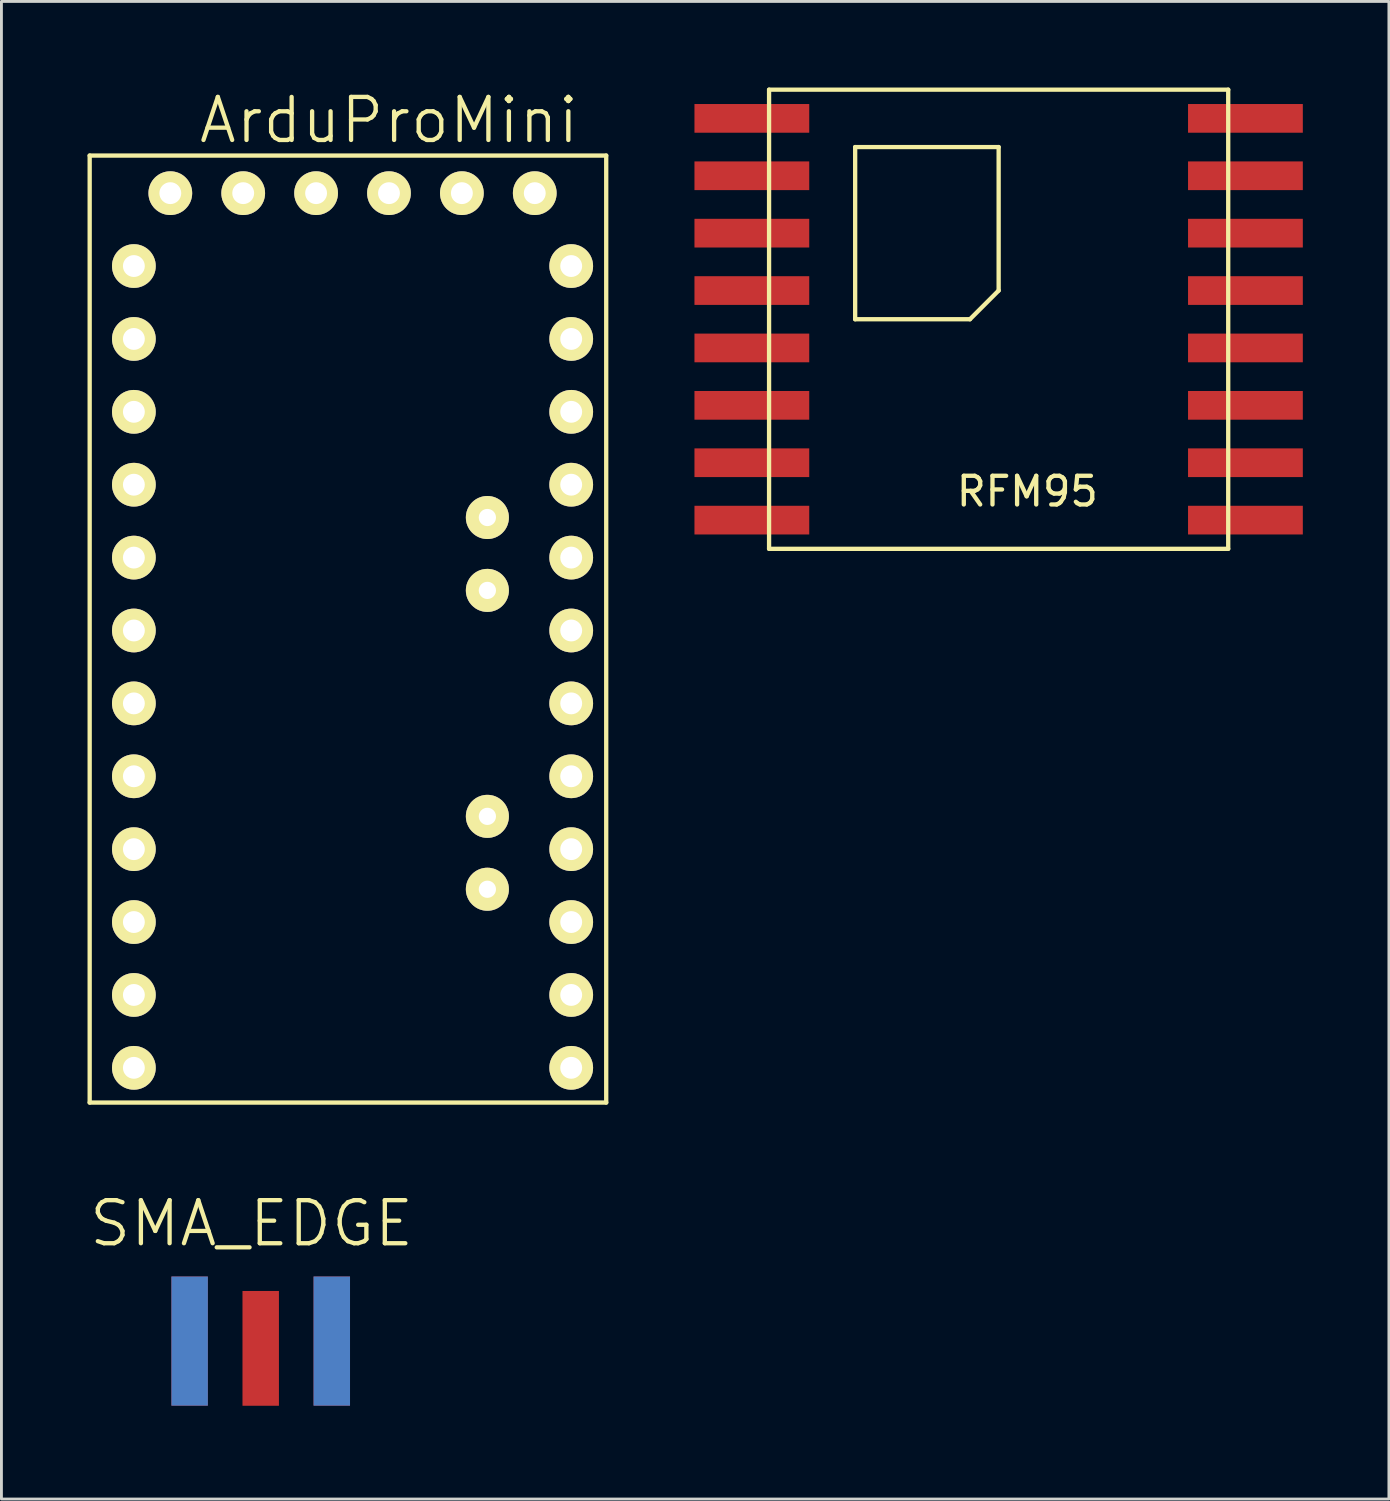
<source format=kicad_pcb>
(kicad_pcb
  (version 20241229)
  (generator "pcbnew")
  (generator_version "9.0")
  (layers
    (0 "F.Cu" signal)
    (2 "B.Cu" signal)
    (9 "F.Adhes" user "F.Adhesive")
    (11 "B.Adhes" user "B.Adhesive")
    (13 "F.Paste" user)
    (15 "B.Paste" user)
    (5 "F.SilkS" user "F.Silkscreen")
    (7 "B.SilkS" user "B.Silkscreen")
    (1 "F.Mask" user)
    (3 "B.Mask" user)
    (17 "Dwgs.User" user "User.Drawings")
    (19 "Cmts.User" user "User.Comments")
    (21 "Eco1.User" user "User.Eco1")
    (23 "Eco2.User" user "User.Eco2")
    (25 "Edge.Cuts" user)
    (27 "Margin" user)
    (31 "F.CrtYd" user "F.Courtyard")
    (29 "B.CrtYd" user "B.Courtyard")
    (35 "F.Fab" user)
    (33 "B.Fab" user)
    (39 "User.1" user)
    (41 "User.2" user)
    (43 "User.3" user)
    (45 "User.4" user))
  (footprint "RFM95"
    (layer "F.Cu")
    (at 31.75 8.075)
    (property "Reference" "RFM95" (at 1 6 0) (layer "F.SilkS") (effects (font (size 1 1) (thickness 0.15))))
    (attr through_hole)
    (fp_line (start -8 -8) (end 8 -8) (stroke (width 0.15) (type solid)) (layer "F.SilkS"))
    (fp_line (start -8 8) (end -8 -8) (stroke (width 0.15) (type solid)) (layer "F.SilkS"))
    (fp_line (start -5 -6) (end -5 0) (stroke (width 0.15) (type solid)) (layer "F.SilkS"))
    (fp_line (start -5 0) (end -1 0) (stroke (width 0.15) (type solid)) (layer "F.SilkS"))
    (fp_line (start -1 0) (end 0 -1) (stroke (width 0.15) (type solid)) (layer "F.SilkS"))
    (fp_line (start 0 -6) (end -5 -6) (stroke (width 0.15) (type solid)) (layer "F.SilkS"))
    (fp_line (start 0 -1) (end 0 -6) (stroke (width 0.15) (type solid)) (layer "F.SilkS"))
    (fp_line (start 8 -8) (end 8 8) (stroke (width 0.15) (type solid)) (layer "F.SilkS"))
    (fp_line (start 8 8) (end -8 8) (stroke (width 0.15) (type solid)) (layer "F.SilkS"))
    (pad "1" smd rect (at -8.6 -7) (size 4 1) (layers "F.Cu" "F.Mask" "F.Paste"))
    (pad "2" smd rect (at -8.6 -5) (size 4 1) (layers "F.Cu" "F.Mask" "F.Paste"))
    (pad "3" smd rect (at -8.6 -3) (size 4 1) (layers "F.Cu" "F.Mask" "F.Paste"))
    (pad "4" smd rect (at -8.6 -1) (size 4 1) (layers "F.Cu" "F.Mask" "F.Paste"))
    (pad "5" smd rect (at -8.6 1) (size 4 1) (layers "F.Cu" "F.Mask" "F.Paste"))
    (pad "6" smd rect (at -8.6 3) (size 4 1) (layers "F.Cu" "F.Mask" "F.Paste"))
    (pad "7" smd rect (at -8.6 5) (size 4 1) (layers "F.Cu" "F.Mask" "F.Paste"))
    (pad "8" smd rect (at -8.6 7) (size 4 1) (layers "F.Cu" "F.Mask" "F.Paste"))
    (pad "9" smd rect (at 8.6 7) (size 4 1) (layers "F.Cu" "F.Mask" "F.Paste"))
    (pad "10" smd rect (at 8.6 5) (size 4 1) (layers "F.Cu" "F.Mask" "F.Paste"))
    (pad "11" smd rect (at 8.6 3) (size 4 1) (layers "F.Cu" "F.Mask" "F.Paste"))
    (pad "12" smd rect (at 8.6 1) (size 4 1) (layers "F.Cu" "F.Mask" "F.Paste"))
    (pad "13" smd rect (at 8.6 -1) (size 4 1) (layers "F.Cu" "F.Mask" "F.Paste"))
    (pad "14" smd rect (at 8.6 -3) (size 4 1) (layers "F.Cu" "F.Mask" "F.Paste"))
    (pad "15" smd rect (at 8.6 -5) (size 4 1) (layers "F.Cu" "F.Mask" "F.Paste"))
    (pad "16" smd rect (at 8.6 -7) (size 4 1) (layers "F.Cu" "F.Mask" "F.Paste")))
  (footprint "ArduProMini"
    (layer "F.Cu")
    (at 9.075 19.871)
    (property "Reference" "ArduProMini" (at 1.43 -18.73 0) (layer "F.SilkS") (effects (font (size 1.5 1.5) (thickness 0.15))))
    (attr through_hole)
    (fp_line (start -9 -17.5) (end 9 -17.5) (stroke (width 0.15) (type solid)) (layer "F.SilkS"))
    (fp_line (start -9 15.5) (end -9 -17.5) (stroke (width 0.15) (type solid)) (layer "F.SilkS"))
    (fp_line (start 9 -17.5) (end 9 15.5) (stroke (width 0.15) (type solid)) (layer "F.SilkS"))
    (fp_line (start 9 15.5) (end -9 15.5) (stroke (width 0.15) (type solid)) (layer "F.SilkS"))
    (pad "1" thru_hole circle (at -6.19 -16.19) (size 1.524 1.524) (drill 0.762) (layers "*.Cu" "*.Mask" "F.SilkS"))
    (pad "2" thru_hole circle (at -3.65 -16.19) (size 1.524 1.524) (drill 0.762) (layers "*.Cu" "*.Mask" "F.SilkS"))
    (pad "3" thru_hole circle (at -1.11 -16.19) (size 1.524 1.524) (drill 0.762) (layers "*.Cu" "*.Mask" "F.SilkS"))
    (pad "4" thru_hole circle (at 1.43 -16.19) (size 1.524 1.524) (drill 0.762) (layers "*.Cu" "*.Mask" "F.SilkS"))
    (pad "5" thru_hole circle (at 3.97 -16.19) (size 1.524 1.524) (drill 0.762) (layers "*.Cu" "*.Mask" "F.SilkS"))
    (pad "6" thru_hole circle (at 6.51 -16.19) (size 1.524 1.524) (drill 0.762) (layers "*.Cu" "*.Mask" "F.SilkS"))
    (pad "7" thru_hole circle (at -7.46 -13.65) (size 1.524 1.524) (drill 0.762) (layers "*.Cu" "*.Mask" "F.SilkS"))
    (pad "8" thru_hole circle (at -7.46 -11.11) (size 1.524 1.524) (drill 0.762) (layers "*.Cu" "*.Mask" "F.SilkS"))
    (pad "9" thru_hole circle (at -7.46 -8.57) (size 1.524 1.524) (drill 0.762) (layers "*.Cu" "*.Mask" "F.SilkS"))
    (pad "10" thru_hole circle (at -7.46 -6.03) (size 1.524 1.524) (drill 0.762) (layers "*.Cu" "*.Mask" "F.SilkS"))
    (pad "11" thru_hole circle (at -7.46 -3.49) (size 1.524 1.524) (drill 0.762) (layers "*.Cu" "*.Mask" "F.SilkS"))
    (pad "12" thru_hole circle (at -7.46 -0.95) (size 1.524 1.524) (drill 0.762) (layers "*.Cu" "*.Mask" "F.SilkS"))
    (pad "13" thru_hole circle (at -7.46 1.59) (size 1.524 1.524) (drill 0.762) (layers "*.Cu" "*.Mask" "F.SilkS"))
    (pad "14" thru_hole circle (at -7.46 4.13) (size 1.524 1.524) (drill 0.762) (layers "*.Cu" "*.Mask" "F.SilkS"))
    (pad "15" thru_hole circle (at -7.46 6.67) (size 1.524 1.524) (drill 0.762) (layers "*.Cu" "*.Mask" "F.SilkS"))
    (pad "16" thru_hole circle (at -7.46 9.21) (size 1.524 1.524) (drill 0.762) (layers "*.Cu" "*.Mask" "F.SilkS"))
    (pad "17" thru_hole circle (at -7.46 11.75) (size 1.524 1.524) (drill 0.762) (layers "*.Cu" "*.Mask" "F.SilkS"))
    (pad "18" thru_hole circle (at -7.46 14.29) (size 1.524 1.524) (drill 0.762) (layers "*.Cu" "*.Mask" "F.SilkS"))
    (pad "19" thru_hole circle (at 7.78 -13.65) (size 1.524 1.524) (drill 0.762) (layers "*.Cu" "*.Mask" "F.SilkS"))
    (pad "20" thru_hole circle (at 7.78 -11.11) (size 1.524 1.524) (drill 0.762) (layers "*.Cu" "*.Mask" "F.SilkS"))
    (pad "21" thru_hole circle (at 7.78 -8.57) (size 1.524 1.524) (drill 0.762) (layers "*.Cu" "*.Mask" "F.SilkS"))
    (pad "22" thru_hole circle (at 7.78 -6.03) (size 1.524 1.524) (drill 0.762) (layers "*.Cu" "*.Mask" "F.SilkS"))
    (pad "23" thru_hole circle (at 7.78 -3.49) (size 1.524 1.524) (drill 0.762) (layers "*.Cu" "*.Mask" "F.SilkS"))
    (pad "24" thru_hole circle (at 7.78 -0.95) (size 1.524 1.524) (drill 0.762) (layers "*.Cu" "*.Mask" "F.SilkS"))
    (pad "25" thru_hole circle (at 7.78 1.59) (size 1.524 1.524) (drill 0.762) (layers "*.Cu" "*.Mask" "F.SilkS"))
    (pad "26" thru_hole circle (at 7.78 4.13) (size 1.524 1.524) (drill 0.762) (layers "*.Cu" "*.Mask" "F.SilkS"))
    (pad "27" thru_hole circle (at 7.78 6.67) (size 1.524 1.524) (drill 0.762) (layers "*.Cu" "*.Mask" "F.SilkS"))
    (pad "28" thru_hole circle (at 7.78 9.21) (size 1.524 1.524) (drill 0.762) (layers "*.Cu" "*.Mask" "F.SilkS"))
    (pad "29" thru_hole circle (at 7.78 11.75) (size 1.524 1.524) (drill 0.762) (layers "*.Cu" "*.Mask" "F.SilkS"))
    (pad "30" thru_hole circle (at 7.78 14.29) (size 1.524 1.524) (drill 0.762) (layers "*.Cu" "*.Mask" "F.SilkS"))
    (pad "31" thru_hole circle (at 4.859 -4.887) (size 1.5 1.5) (drill 0.6) (layers "*.Cu" "*.Mask" "F.SilkS"))
    (pad "32" thru_hole circle (at 4.859 -2.347) (size 1.5 1.5) (drill 0.6) (layers "*.Cu" "*.Mask" "F.SilkS"))
    (pad "34" thru_hole circle (at 4.859 5.527) (size 1.5 1.5) (drill 0.6) (layers "*.Cu" "*.Mask" "F.SilkS"))
    (pad "35" thru_hole circle (at 4.859 8.067) (size 1.5 1.5) (drill 0.6) (layers "*.Cu" "*.Mask" "F.SilkS")))
  (footprint "SMA_EDGE"
    (layer "F.Cu")
    (at 6.035 45.937)
    (property "Reference" "SMA_EDGE" (at -0.318 -6.35 0) (layer "F.SilkS") (effects (font (size 1.5 1.5) (thickness 0.15))))
    (attr through_hole)
    (pad "1" smd rect (at 0 -2) (size 1.27 4) (layers "F.Cu" "F.Mask" "F.Paste"))
    (pad "2" smd rect (at -2.477 -2.254) (size 1.27 4.5) (layers "F.Cu" "F.Mask" "F.Paste"))
    (pad "2" smd rect (at -2.477 -2.254) (size 1.27 4.5) (layers "F.Mask" "B.Cu" "F.Paste"))
    (pad "2" smd rect (at 2.477 -2.254) (size 1.27 4.5) (layers "F.Cu" "F.Mask" "F.Paste"))
    (pad "2" smd rect (at 2.477 -2.254) (size 1.27 4.5) (layers "F.Mask" "B.Cu" "F.Paste")))
  (gr_rect
    (start -3 -3)
    (end 45.35 49.187)
    (stroke (width 0.1) (type default))
    (fill no)
    (layer "Edge.Cuts")))
</source>
